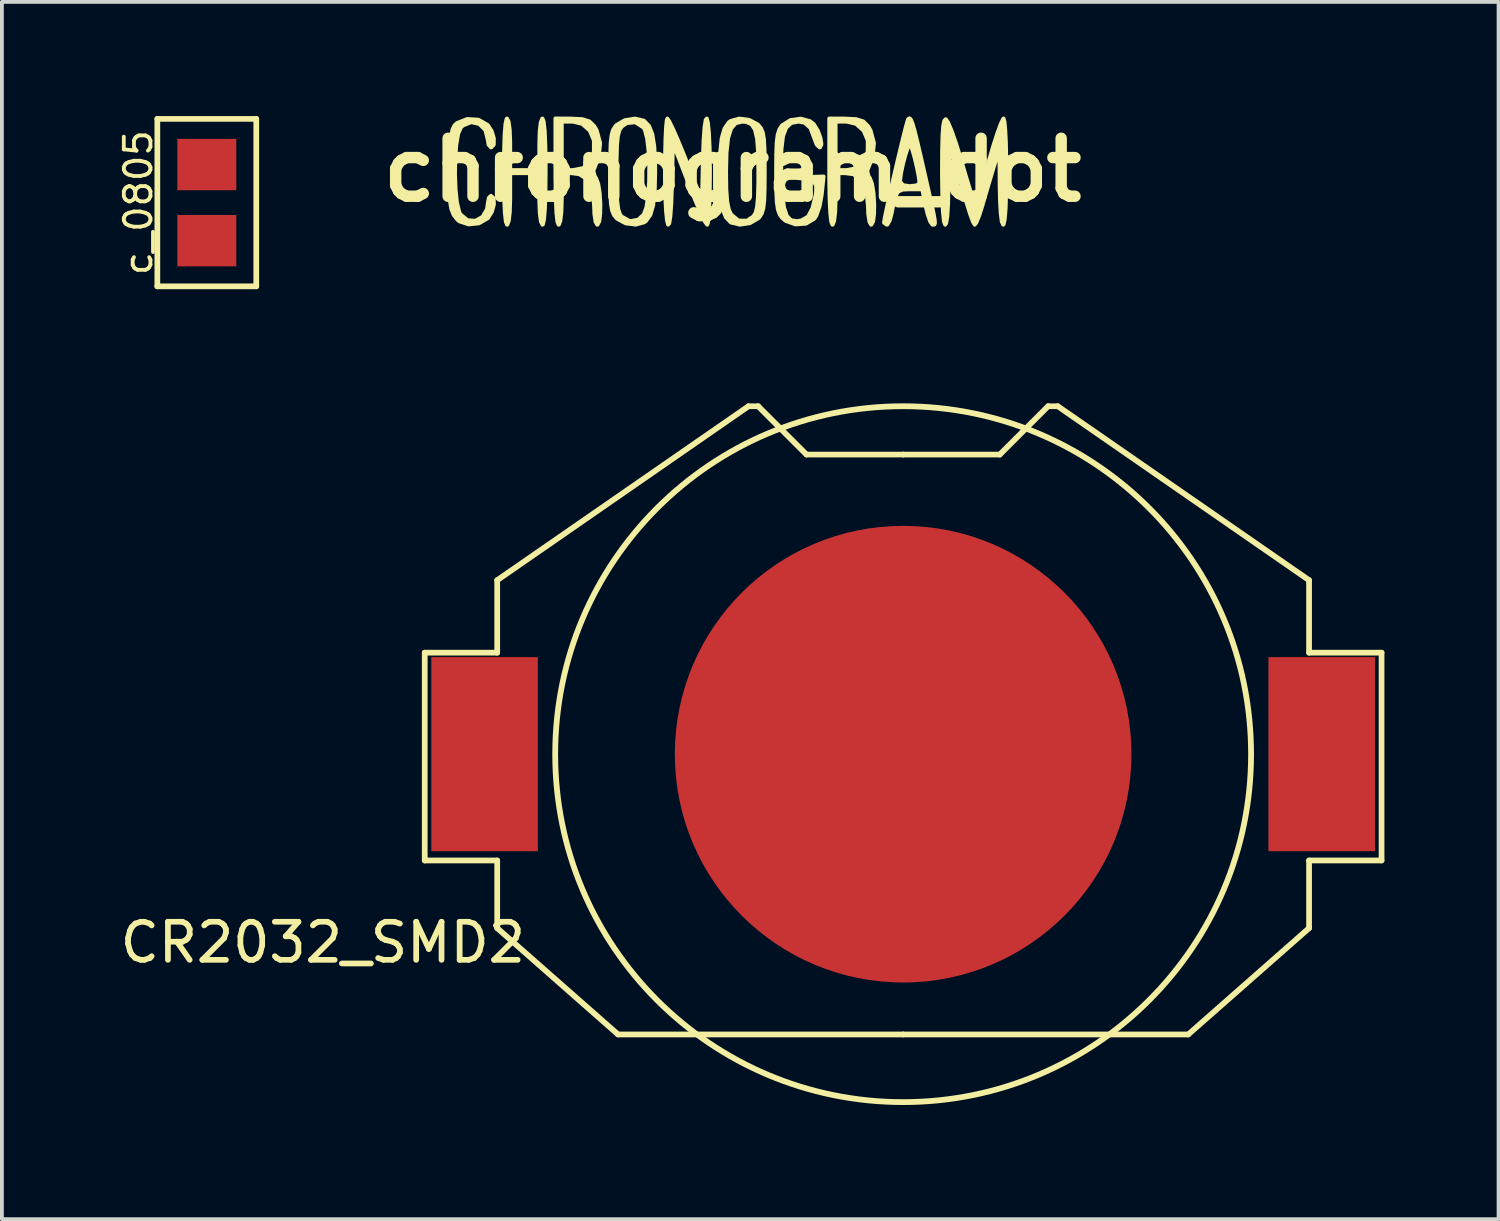
<source format=kicad_pcb>
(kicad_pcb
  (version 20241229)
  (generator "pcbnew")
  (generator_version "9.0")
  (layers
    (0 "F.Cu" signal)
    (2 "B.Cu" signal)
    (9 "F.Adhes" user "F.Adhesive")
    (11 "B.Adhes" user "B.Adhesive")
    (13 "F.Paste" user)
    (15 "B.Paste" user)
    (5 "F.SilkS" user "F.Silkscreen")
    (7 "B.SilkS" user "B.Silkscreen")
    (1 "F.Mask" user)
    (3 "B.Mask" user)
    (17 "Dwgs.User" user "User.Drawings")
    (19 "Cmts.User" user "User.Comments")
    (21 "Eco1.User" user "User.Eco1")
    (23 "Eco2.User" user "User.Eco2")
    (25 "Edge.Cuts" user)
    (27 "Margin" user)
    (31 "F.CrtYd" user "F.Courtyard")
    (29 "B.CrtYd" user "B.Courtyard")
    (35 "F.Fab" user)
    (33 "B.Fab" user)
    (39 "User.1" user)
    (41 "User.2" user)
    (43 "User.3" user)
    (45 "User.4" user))
  (footprint "chronogram_dot"
    (layer "F.Cu")
    (at 16.202 1.418)
    (property "Reference" "chronogram_dot" (at 0 0 0) (layer "F.SilkS") (effects (font (size 1.524 1.524) (thickness 0.3))))
    (attr through_hole)
    (fp_poly (pts (xy -0.593 0.042) (xy -0.597 0.507) (xy -0.609 0.907) (xy -0.626 1.213) (xy -0.648 1.397) (xy -0.666 1.439) (xy -0.722 1.365) (xy -0.823 1.16) (xy -0.957 0.855) (xy -1.11 0.478) (xy -1.153 0.367) (xy -1.566 -0.705) (xy -1.59 0.367) (xy -1.608 0.876) (xy -1.633 1.22) (xy -1.663 1.406) (xy -1.695 1.438) (xy -1.725 1.322) (xy -1.751 1.063) (xy -1.77 0.665) (xy -1.778 0.135) (xy -1.778 0.042) (xy -1.774 -0.423) (xy -1.764 -0.822) (xy -1.749 -1.128) (xy -1.73 -1.312) (xy -1.714 -1.354) (xy -1.662 -1.28) (xy -1.563 -1.076) (xy -1.429 -0.771) (xy -1.274 -0.394) (xy -1.228 -0.276) (xy -0.804 0.803) (xy -0.781 -0.276) (xy -0.763 -0.786) (xy -0.737 -1.133) (xy -0.707 -1.32) (xy -0.676 -1.354) (xy -0.646 -1.238) (xy -0.62 -0.98) (xy -0.601 -0.582) (xy -0.593 -0.051) (xy -0.593 0.042)) (stroke (width 0.1) (type solid)) (fill yes) (layer "F.SilkS"))
    (fp_poly (pts (xy -4.911 0.042) (xy -4.916 0.593) (xy -4.93 1.017) (xy -4.953 1.3) (xy -4.984 1.432) (xy -4.995 1.439) (xy -5.037 1.36) (xy -5.067 1.144) (xy -5.08 0.823) (xy -5.08 0.762) (xy -5.08 0.085) (xy -5.461 0.085) (xy -5.842 0.085) (xy -5.842 0.762) (xy -5.852 1.097) (xy -5.879 1.333) (xy -5.919 1.437) (xy -5.927 1.439) (xy -5.96 1.357) (xy -5.986 1.118) (xy -6.003 0.735) (xy -6.011 0.222) (xy -6.011 0.042) (xy -6.006 -0.508) (xy -5.992 -0.932) (xy -5.969 -1.216) (xy -5.938 -1.347) (xy -5.927 -1.355) (xy -5.885 -1.275) (xy -5.855 -1.059) (xy -5.842 -0.738) (xy -5.842 -0.677) (xy -5.842 0) (xy -5.461 0) (xy -5.08 0) (xy -5.08 -0.677) (xy -5.07 -1.013) (xy -5.043 -1.248) (xy -5.003 -1.352) (xy -4.995 -1.355) (xy -4.962 -1.272) (xy -4.936 -1.033) (xy -4.919 -0.651) (xy -4.911 -0.137) (xy -4.911 0.042)) (stroke (width 0.1) (type solid)) (fill yes) (layer "F.SilkS"))
    (fp_poly (pts (xy -6.27 0.902) (xy -6.322 1.094) (xy -6.426 1.261) (xy -6.435 1.27) (xy -6.665 1.403) (xy -6.938 1.431) (xy -7.18 1.35) (xy -7.233 1.306) (xy -7.33 1.182) (xy -7.395 1.018) (xy -7.433 0.784) (xy -7.447 0.451) (xy -7.442 -0.013) (xy -7.437 -0.17) (xy -7.421 -0.593) (xy -7.398 -0.878) (xy -7.363 -1.06) (xy -7.311 -1.17) (xy -7.244 -1.235) (xy -6.972 -1.342) (xy -6.676 -1.323) (xy -6.435 -1.185) (xy -6.328 -1.022) (xy -6.272 -0.83) (xy -6.274 -0.667) (xy -6.342 -0.593) (xy -6.35 -0.593) (xy -6.414 -0.665) (xy -6.435 -0.798) (xy -6.498 -1.05) (xy -6.658 -1.209) (xy -6.868 -1.256) (xy -7.083 -1.17) (xy -7.141 -1.115) (xy -7.21 -0.951) (xy -7.259 -0.662) (xy -7.286 -0.294) (xy -7.293 0.11) (xy -7.278 0.506) (xy -7.242 0.849) (xy -7.184 1.096) (xy -7.15 1.166) (xy -6.965 1.318) (xy -6.756 1.333) (xy -6.571 1.229) (xy -6.453 1.026) (xy -6.435 0.883) (xy -6.405 0.727) (xy -6.35 0.677) (xy -6.276 0.743) (xy -6.27 0.902)) (stroke (width 0.1) (type solid)) (fill yes) (layer "F.SilkS"))
    (fp_poly (pts (xy -3.473 0.88) (xy -3.476 1.145) (xy -3.501 1.348) (xy -3.549 1.438) (xy -3.556 1.439) (xy -3.601 1.362) (xy -3.632 1.161) (xy -3.641 0.931) (xy -3.681 0.522) (xy -3.808 0.251) (xy -4.028 0.111) (xy -4.233 0.085) (xy -4.487 0.085) (xy -4.487 0.762) (xy -4.497 1.097) (xy -4.524 1.333) (xy -4.564 1.437) (xy -4.572 1.439) (xy -4.605 1.357) (xy -4.631 1.118) (xy -4.648 0.735) (xy -4.656 0.222) (xy -4.657 0.042) (xy -4.657 -1.355) (xy -4.255 -1.353) (xy -3.95 -1.338) (xy -3.761 -1.279) (xy -3.633 -1.152) (xy -3.569 -1.043) (xy -3.479 -0.709) (xy -3.515 -0.344) (xy -3.587 -0.162) (xy -3.645 -0.01) (xy -3.645 -0.776) (xy -3.752 -1.033) (xy -3.952 -1.212) (xy -4.196 -1.27) (xy -4.487 -1.27) (xy -4.487 -0.635) (xy -4.487 0) (xy -4.196 0) (xy -3.927 -0.052) (xy -3.772 -0.188) (xy -3.646 -0.48) (xy -3.645 -0.776) (xy -3.645 -0.01) (xy -3.657 0.02) (xy -3.623 0.158) (xy -3.586 0.214) (xy -3.529 0.365) (xy -3.491 0.603) (xy -3.473 0.88)) (stroke (width 0.1) (type solid)) (fill yes) (layer "F.SilkS"))
    (fp_poly (pts (xy 3.724 0.88) (xy 3.721 1.145) (xy 3.696 1.348) (xy 3.648 1.438) (xy 3.641 1.439) (xy 3.596 1.362) (xy 3.565 1.161) (xy 3.556 0.931) (xy 3.515 0.522) (xy 3.388 0.251) (xy 3.169 0.111) (xy 2.963 0.085) (xy 2.709 0.085) (xy 2.709 0.762) (xy 2.699 1.097) (xy 2.672 1.333) (xy 2.632 1.437) (xy 2.625 1.439) (xy 2.591 1.357) (xy 2.566 1.118) (xy 2.548 0.735) (xy 2.54 0.222) (xy 2.54 0.042) (xy 2.54 -1.355) (xy 2.942 -1.353) (xy 3.247 -1.338) (xy 3.436 -1.279) (xy 3.564 -1.152) (xy 3.628 -1.043) (xy 3.718 -0.709) (xy 3.681 -0.344) (xy 3.61 -0.162) (xy 3.552 -0.01) (xy 3.552 -0.776) (xy 3.444 -1.033) (xy 3.245 -1.212) (xy 3.001 -1.27) (xy 2.709 -1.27) (xy 2.709 -0.635) (xy 2.709 0) (xy 3.001 0) (xy 3.27 -0.052) (xy 3.424 -0.188) (xy 3.55 -0.48) (xy 3.552 -0.776) (xy 3.552 -0.01) (xy 3.54 0.02) (xy 3.573 0.158) (xy 3.611 0.214) (xy 3.667 0.365) (xy 3.706 0.603) (xy 3.724 0.88)) (stroke (width 0.1) (type solid)) (fill yes) (layer "F.SilkS"))
    (fp_poly (pts (xy 0.847 0.042) (xy 0.844 0.491) (xy 0.833 0.803) (xy 0.81 1.01) (xy 0.769 1.144) (xy 0.707 1.239) (xy 0.677 1.27) (xy 0.677 0.042) (xy 0.67 -0.464) (xy 0.643 -0.824) (xy 0.588 -1.062) (xy 0.498 -1.199) (xy 0.367 -1.26) (xy 0.253 -1.27) (xy 0.084 -1.229) (xy -0.036 -1.092) (xy -0.115 -0.842) (xy -0.157 -0.46) (xy -0.169 0.042) (xy -0.163 0.502) (xy -0.14 0.824) (xy -0.098 1.037) (xy -0.038 1.166) (xy 0.156 1.327) (xy 0.378 1.33) (xy 0.544 1.222) (xy 0.603 1.13) (xy 0.642 0.973) (xy 0.665 0.723) (xy 0.676 0.351) (xy 0.677 0.042) (xy 0.677 1.27) (xy 0.46 1.396) (xy 0.194 1.438) (xy -0.036 1.384) (xy -0.051 1.375) (xy -0.178 1.241) (xy -0.265 1.023) (xy -0.316 0.697) (xy -0.337 0.236) (xy -0.339 0.042) (xy -0.326 -0.47) (xy -0.286 -0.84) (xy -0.212 -1.092) (xy -0.1 -1.252) (xy -0.051 -1.29) (xy 0.173 -1.353) (xy 0.439 -1.318) (xy 0.664 -1.198) (xy 0.677 -1.185) (xy 0.749 -1.098) (xy 0.797 -0.982) (xy 0.826 -0.806) (xy 0.841 -0.537) (xy 0.846 -0.143) (xy 0.847 0.042)) (stroke (width 0.1) (type solid)) (fill yes) (layer "F.SilkS"))
    (fp_poly (pts (xy -2.032 0.042) (xy -2.044 0.555) (xy -2.085 0.925) (xy -2.158 1.177) (xy -2.191 1.223) (xy -2.191 -0.105) (xy -2.208 -0.495) (xy -2.247 -0.827) (xy -2.306 -1.056) (xy -2.341 -1.115) (xy -2.557 -1.254) (xy -2.785 -1.23) (xy -2.915 -1.137) (xy -2.973 -1.045) (xy -3.013 -0.889) (xy -3.036 -0.639) (xy -3.046 -0.267) (xy -3.048 0.042) (xy -3.044 0.506) (xy -3.029 0.829) (xy -3 1.041) (xy -2.954 1.17) (xy -2.915 1.222) (xy -2.698 1.343) (xy -2.479 1.304) (xy -2.333 1.166) (xy -2.265 0.981) (xy -2.219 0.678) (xy -2.194 0.301) (xy -2.191 -0.105) (xy -2.191 1.223) (xy -2.271 1.337) (xy -2.32 1.375) (xy -2.543 1.437) (xy -2.81 1.403) (xy -3.034 1.283) (xy -3.048 1.27) (xy -3.119 1.182) (xy -3.167 1.066) (xy -3.197 0.89) (xy -3.212 0.621) (xy -3.217 0.228) (xy -3.217 0.042) (xy -3.215 -0.406) (xy -3.204 -0.718) (xy -3.18 -0.925) (xy -3.14 -1.059) (xy -3.078 -1.154) (xy -3.048 -1.185) (xy -2.831 -1.311) (xy -2.564 -1.353) (xy -2.334 -1.299) (xy -2.32 -1.29) (xy -2.192 -1.156) (xy -2.106 -0.939) (xy -2.055 -0.612) (xy -2.033 -0.151) (xy -2.032 0.042)) (stroke (width 0.1) (type solid)) (fill yes) (layer "F.SilkS"))
    (fp_poly (pts (xy 2.394 0.169) (xy 2.345 0.644) (xy 2.29 0.951) (xy 2.204 1.196) (xy 2.151 1.279) (xy 1.929 1.412) (xy 1.653 1.431) (xy 1.395 1.338) (xy 1.304 1.261) (xy 1.235 1.165) (xy 1.189 1.035) (xy 1.161 0.838) (xy 1.147 0.542) (xy 1.143 0.114) (xy 1.143 0.042) (xy 1.146 -0.406) (xy 1.158 -0.719) (xy 1.184 -0.927) (xy 1.228 -1.065) (xy 1.293 -1.164) (xy 1.304 -1.176) (xy 1.523 -1.314) (xy 1.791 -1.351) (xy 2.038 -1.284) (xy 2.135 -1.206) (xy 2.24 -1.038) (xy 2.312 -0.842) (xy 2.337 -0.675) (xy 2.3 -0.594) (xy 2.289 -0.593) (xy 2.211 -0.665) (xy 2.149 -0.826) (xy 2.045 -1.105) (xy 1.889 -1.243) (xy 1.727 -1.27) (xy 1.542 -1.234) (xy 1.411 -1.113) (xy 1.327 -0.888) (xy 1.286 -0.539) (xy 1.28 -0.048) (xy 1.284 0.121) (xy 1.308 0.625) (xy 1.353 0.98) (xy 1.427 1.205) (xy 1.538 1.32) (xy 1.694 1.343) (xy 1.809 1.323) (xy 1.984 1.224) (xy 2.096 1.007) (xy 2.112 0.952) (xy 2.192 0.617) (xy 2.197 0.408) (xy 2.117 0.292) (xy 1.943 0.238) (xy 1.884 0.231) (xy 1.717 0.211) (xy 1.697 0.199) (xy 1.833 0.189) (xy 1.98 0.184) (xy 2.394 0.169)) (stroke (width 0.1) (type solid)) (fill yes) (layer "F.SilkS"))
    (fp_poly (pts (xy 5.32 1.401) (xy 5.306 1.434) (xy 5.276 1.44) (xy 5.255 1.439) (xy 5.197 1.364) (xy 5.128 1.169) (xy 5.08 0.974) (xy 4.983 0.508) (xy 4.911 0.508) (xy 4.911 0.353) (xy 4.893 0.186) (xy 4.847 -0.052) (xy 4.787 -0.308) (xy 4.725 -0.529) (xy 4.675 -0.661) (xy 4.66 -0.677) (xy 4.613 -0.603) (xy 4.55 -0.417) (xy 4.484 -0.173) (xy 4.431 0.075) (xy 4.404 0.272) (xy 4.403 0.303) (xy 4.479 0.397) (xy 4.657 0.423) (xy 4.835 0.403) (xy 4.911 0.354) (xy 4.911 0.353) (xy 4.911 0.508) (xy 4.656 0.508) (xy 4.469 0.517) (xy 4.353 0.567) (xy 4.279 0.693) (xy 4.221 0.932) (xy 4.186 1.122) (xy 4.132 1.325) (xy 4.069 1.434) (xy 4.055 1.439) (xy 3.981 1.386) (xy 3.98 1.376) (xy 3.999 1.259) (xy 4.048 1.017) (xy 4.122 0.684) (xy 4.21 0.295) (xy 4.306 -0.117) (xy 4.401 -0.518) (xy 4.487 -0.873) (xy 4.557 -1.149) (xy 4.603 -1.312) (xy 4.614 -1.34) (xy 4.65 -1.36) (xy 4.685 -1.33) (xy 4.728 -1.23) (xy 4.784 -1.039) (xy 4.859 -0.736) (xy 4.961 -0.3) (xy 5.033 0.016) (xy 5.15 0.532) (xy 5.234 0.905) (xy 5.288 1.159) (xy 5.315 1.317) (xy 5.32 1.401)) (stroke (width 0.1) (type solid)) (fill yes) (layer "F.SilkS"))
    (fp_poly (pts (xy 7.197 0.042) (xy 7.192 0.593) (xy 7.177 1.017) (xy 7.154 1.3) (xy 7.123 1.432) (xy 7.112 1.439) (xy 7.074 1.358) (xy 7.045 1.129) (xy 7.026 0.774) (xy 7.019 0.445) (xy 7.011 -0.55) (xy 6.856 -0.042) (xy 6.742 0.337) (xy 6.621 0.747) (xy 6.562 0.953) (xy 6.479 1.21) (xy 6.405 1.387) (xy 6.363 1.439) (xy 6.318 1.363) (xy 6.241 1.156) (xy 6.146 0.852) (xy 6.062 0.56) (xy 5.957 0.187) (xy 5.86 -0.13) (xy 5.784 -0.353) (xy 5.748 -0.435) (xy 5.718 -0.407) (xy 5.694 -0.228) (xy 5.679 0.08) (xy 5.674 0.445) (xy 5.666 0.883) (xy 5.646 1.208) (xy 5.616 1.397) (xy 5.588 1.439) (xy 5.555 1.357) (xy 5.529 1.118) (xy 5.512 0.735) (xy 5.504 0.221) (xy 5.503 0.035) (xy 5.506 -0.508) (xy 5.516 -0.899) (xy 5.534 -1.156) (xy 5.562 -1.295) (xy 5.601 -1.336) (xy 5.607 -1.334) (xy 5.668 -1.244) (xy 5.761 -1.022) (xy 5.874 -0.699) (xy 5.996 -0.307) (xy 6.021 -0.221) (xy 6.139 0.18) (xy 6.242 0.52) (xy 6.32 0.766) (xy 6.364 0.886) (xy 6.368 0.893) (xy 6.403 0.83) (xy 6.473 0.631) (xy 6.569 0.325) (xy 6.683 -0.06) (xy 6.727 -0.213) (xy 6.848 -0.624) (xy 6.959 -0.969) (xy 7.05 -1.219) (xy 7.111 -1.345) (xy 7.123 -1.355) (xy 7.147 -1.275) (xy 7.168 -1.053) (xy 7.185 -0.718) (xy 7.194 -0.298) (xy 7.197 0.042)) (stroke (width 0.1) (type solid)) (fill yes) (layer "F.SilkS")))
  (footprint "CR2032_SMD2"
    (layer "F.Cu")
    (at 20.685 16.77)
    (property "Reference" "CR2032_SMD2" (at -15.25 4.95 0) (layer "F.SilkS") (effects (font (size 1 1) (thickness 0.15))))
    (attr smd)
    (fp_line (start -12.573 -2.667) (end -10.668 -2.667) (stroke (width 0.15) (type solid)) (layer "F.SilkS"))
    (fp_line (start -12.573 2.794) (end -12.573 -2.667) (stroke (width 0.15) (type solid)) (layer "F.SilkS"))
    (fp_line (start -10.668 -2.667) (end -10.668 -4.572) (stroke (width 0.15) (type solid)) (layer "F.SilkS"))
    (fp_line (start -10.668 2.794) (end -12.573 2.794) (stroke (width 0.15) (type solid)) (layer "F.SilkS"))
    (fp_line (start -10.668 4.572) (end -10.668 2.794) (stroke (width 0.15) (type solid)) (layer "F.SilkS"))
    (fp_line (start -7.493 7.366) (end -10.668 4.572) (stroke (width 0.15) (type solid)) (layer "F.SilkS"))
    (fp_line (start -4.064 -9.144) (end -10.668 -4.572) (stroke (width 0.15) (type solid)) (layer "F.SilkS"))
    (fp_line (start -3.81 -9.144) (end -4.064 -9.144) (stroke (width 0.15) (type solid)) (layer "F.SilkS"))
    (fp_line (start -3.81 -9.144) (end -2.54 -7.874) (stroke (width 0.15) (type solid)) (layer "F.SilkS"))
    (fp_line (start -2.54 -7.874) (end 0 -7.874) (stroke (width 0.15) (type solid)) (layer "F.SilkS"))
    (fp_line (start 0 -7.874) (end 2.54 -7.874) (stroke (width 0.15) (type solid)) (layer "F.SilkS"))
    (fp_line (start 0 7.366) (end -7.493 7.366) (stroke (width 0.15) (type solid)) (layer "F.SilkS"))
    (fp_line (start 0 7.366) (end 7.493 7.366) (stroke (width 0.15) (type solid)) (layer "F.SilkS"))
    (fp_line (start 2.54 -7.874) (end 3.81 -9.144) (stroke (width 0.15) (type solid)) (layer "F.SilkS"))
    (fp_line (start 3.81 -9.144) (end 4.064 -9.144) (stroke (width 0.15) (type solid)) (layer "F.SilkS"))
    (fp_line (start 4.064 -9.144) (end 10.668 -4.572) (stroke (width 0.15) (type solid)) (layer "F.SilkS"))
    (fp_line (start 7.493 7.366) (end 10.668 4.572) (stroke (width 0.15) (type solid)) (layer "F.SilkS"))
    (fp_line (start 10.668 -2.667) (end 10.668 -4.572) (stroke (width 0.15) (type solid)) (layer "F.SilkS"))
    (fp_line (start 10.668 2.794) (end 12.573 2.794) (stroke (width 0.15) (type solid)) (layer "F.SilkS"))
    (fp_line (start 10.668 4.572) (end 10.668 2.794) (stroke (width 0.15) (type solid)) (layer "F.SilkS"))
    (fp_line (start 12.573 -2.667) (end 10.668 -2.667) (stroke (width 0.15) (type solid)) (layer "F.SilkS"))
    (fp_line (start 12.573 2.794) (end 12.573 -2.667) (stroke (width 0.15) (type solid)) (layer "F.SilkS"))
    (fp_circle (center 0 0) (end 0 -9.144) (stroke (width 0.152) (type solid)) (fill no) (layer "F.SilkS"))
    (pad "1" smd rect (at -11 0) (size 2.8 5.1) (layers "F.Cu" "F.Mask" "F.Paste"))
    (pad "1" smd rect (at 11 0) (size 2.8 5.1) (layers "F.Cu" "F.Mask" "F.Paste"))
    (pad "2" smd circle (at 0 0) (size 12 12) (layers "F.Cu" "F.Mask" "F.Paste")))
  (footprint "c_0805"
    (layer "F.Cu")
    (at 2.385 2.275)
    (property "Reference" "c_0805" (at -1.8 0 90) (layer "F.SilkS") (effects (font (size 0.7 0.7) (thickness 0.1))))
    (attr smd)
    (fp_line (start -1.3 -2.2) (end 1.3 -2.2) (stroke (width 0.15) (type solid)) (layer "F.SilkS"))
    (fp_line (start -1.3 2.2) (end -1.3 -2.2) (stroke (width 0.15) (type solid)) (layer "F.SilkS"))
    (fp_line (start 1.3 -2.2) (end 1.3 2.2) (stroke (width 0.15) (type solid)) (layer "F.SilkS"))
    (fp_line (start 1.3 2.2) (end -1.3 2.2) (stroke (width 0.15) (type solid)) (layer "F.SilkS"))
    (pad "1" smd rect (at 0 -1 90) (size 1.35 1.55) (layers "F.Cu" "F.Mask" "F.Paste"))
    (pad "2" smd rect (at 0 1 90) (size 1.35 1.55) (layers "F.Cu" "F.Mask" "F.Paste")))
  (gr_rect
    (start -3 -3)
    (end 36.333 28.99)
    (stroke (width 0.1) (type default))
    (fill no)
    (layer "Edge.Cuts")))
</source>
